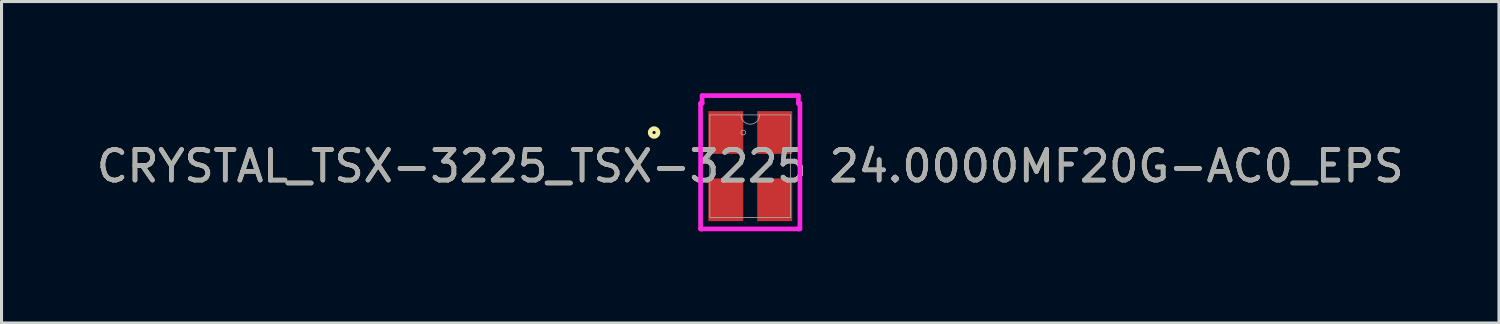
<source format=kicad_pcb>
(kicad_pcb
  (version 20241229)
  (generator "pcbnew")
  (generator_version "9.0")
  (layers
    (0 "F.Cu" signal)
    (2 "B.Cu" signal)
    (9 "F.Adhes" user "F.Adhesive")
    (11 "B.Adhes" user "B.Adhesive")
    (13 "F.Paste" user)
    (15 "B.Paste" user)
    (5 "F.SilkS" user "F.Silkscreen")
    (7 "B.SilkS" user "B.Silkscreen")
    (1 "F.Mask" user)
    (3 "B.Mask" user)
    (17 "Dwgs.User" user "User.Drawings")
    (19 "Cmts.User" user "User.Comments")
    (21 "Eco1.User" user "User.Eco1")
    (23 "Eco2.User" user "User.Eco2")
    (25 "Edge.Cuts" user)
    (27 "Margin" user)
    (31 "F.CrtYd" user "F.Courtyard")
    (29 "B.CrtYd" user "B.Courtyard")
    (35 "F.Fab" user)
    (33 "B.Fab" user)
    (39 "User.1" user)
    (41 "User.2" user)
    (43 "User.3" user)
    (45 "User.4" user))
  (footprint "CRYSTAL_TSX-3225_TSX-3225 24.0000MF20G-AC0_EPS"
    (layer "F.Cu")
    (at 21.482 2.383)
    (property "Reference" "CRYSTAL_TSX-3225_TSX-3225 24.0000MF20G-AC0_EPS" (at 0 0 0) (unlocked yes) (layer "F.SilkS") (effects (font (size 1 1) (thickness 0.15))))
    (attr smd)
    (fp_circle (center -3.145 -1.1) (end -3.018 -1.1) (stroke (width 0.152) (type solid)) (fill no) (layer "F.SilkS"))
    (fp_line (start -1.625 -2.053) (end -1.575 -2.053) (stroke (width 0.152) (type solid)) (layer "F.CrtYd"))
    (fp_line (start -1.625 2.053) (end -1.625 -2.053) (stroke (width 0.152) (type solid)) (layer "F.CrtYd"))
    (fp_line (start -1.625 2.053) (end -1.575 2.053) (stroke (width 0.152) (type solid)) (layer "F.CrtYd"))
    (fp_line (start -1.575 -2.307) (end 1.575 -2.307) (stroke (width 0.152) (type solid)) (layer "F.CrtYd"))
    (fp_line (start -1.575 -2.053) (end -1.575 -2.307) (stroke (width 0.152) (type solid)) (layer "F.CrtYd"))
    (fp_line (start -1.575 2.053) (end -1.575 2.053) (stroke (width 0.152) (type solid)) (layer "F.CrtYd"))
    (fp_line (start 1.575 -2.307) (end 1.575 -2.053) (stroke (width 0.152) (type solid)) (layer "F.CrtYd"))
    (fp_line (start 1.575 2.053) (end -1.575 2.053) (stroke (width 0.152) (type solid)) (layer "F.CrtYd"))
    (fp_line (start 1.575 2.053) (end 1.575 2.053) (stroke (width 0.152) (type solid)) (layer "F.CrtYd"))
    (fp_line (start 1.625 -2.053) (end 1.575 -2.053) (stroke (width 0.152) (type solid)) (layer "F.CrtYd"))
    (fp_line (start 1.625 -2.053) (end 1.625 2.053) (stroke (width 0.152) (type solid)) (layer "F.CrtYd"))
    (fp_line (start 1.625 2.053) (end 1.575 2.053) (stroke (width 0.152) (type solid)) (layer "F.CrtYd"))
    (fp_line (start -1.321 -1.676) (end -1.321 1.676) (stroke (width 0.025) (type solid)) (layer "F.Fab"))
    (fp_line (start -1.321 1.676) (end 1.321 1.676) (stroke (width 0.025) (type solid)) (layer "F.Fab"))
    (fp_line (start 1.321 -1.676) (end -1.321 -1.676) (stroke (width 0.025) (type solid)) (layer "F.Fab"))
    (fp_line (start 1.321 1.676) (end 1.321 -1.676) (stroke (width 0.025) (type solid)) (layer "F.Fab"))
    (fp_arc (start 0.3048 -1.6764) (mid 0 -1.3716) (end -0.3048 -1.6764) (stroke (width 0.0254) (type solid)) (layer "F.Fab"))
    (fp_circle (center -0.229 -1.1) (end -0.152 -1.1) (stroke (width 0.025) (type solid)) (fill no) (layer "F.Fab"))
    (fp_text user "${REFERENCE}" (at 0 0 0) (unlocked yes) (layer "F.Fab") (effects (font (size 1 1) (thickness 0.15))))
    (pad "1" smd rect (at -0.8 -1.1) (size 1.143 1.397) (layers "F.Cu" "F.Mask" "F.Paste"))
    (pad "2" smd rect (at -0.8 1.1) (size 1.143 1.397) (layers "F.Cu" "F.Mask" "F.Paste"))
    (pad "3" smd rect (at 0.8 1.1) (size 1.143 1.397) (layers "F.Cu" "F.Mask" "F.Paste"))
    (pad "4" smd rect (at 0.8 -1.1) (size 1.143 1.397) (layers "F.Cu" "F.Mask" "F.Paste")))
  (gr_rect
    (start -3 -3)
    (end 45.964 7.511)
    (stroke (width 0.1) (type default))
    (fill no)
    (layer "Edge.Cuts")))
</source>
